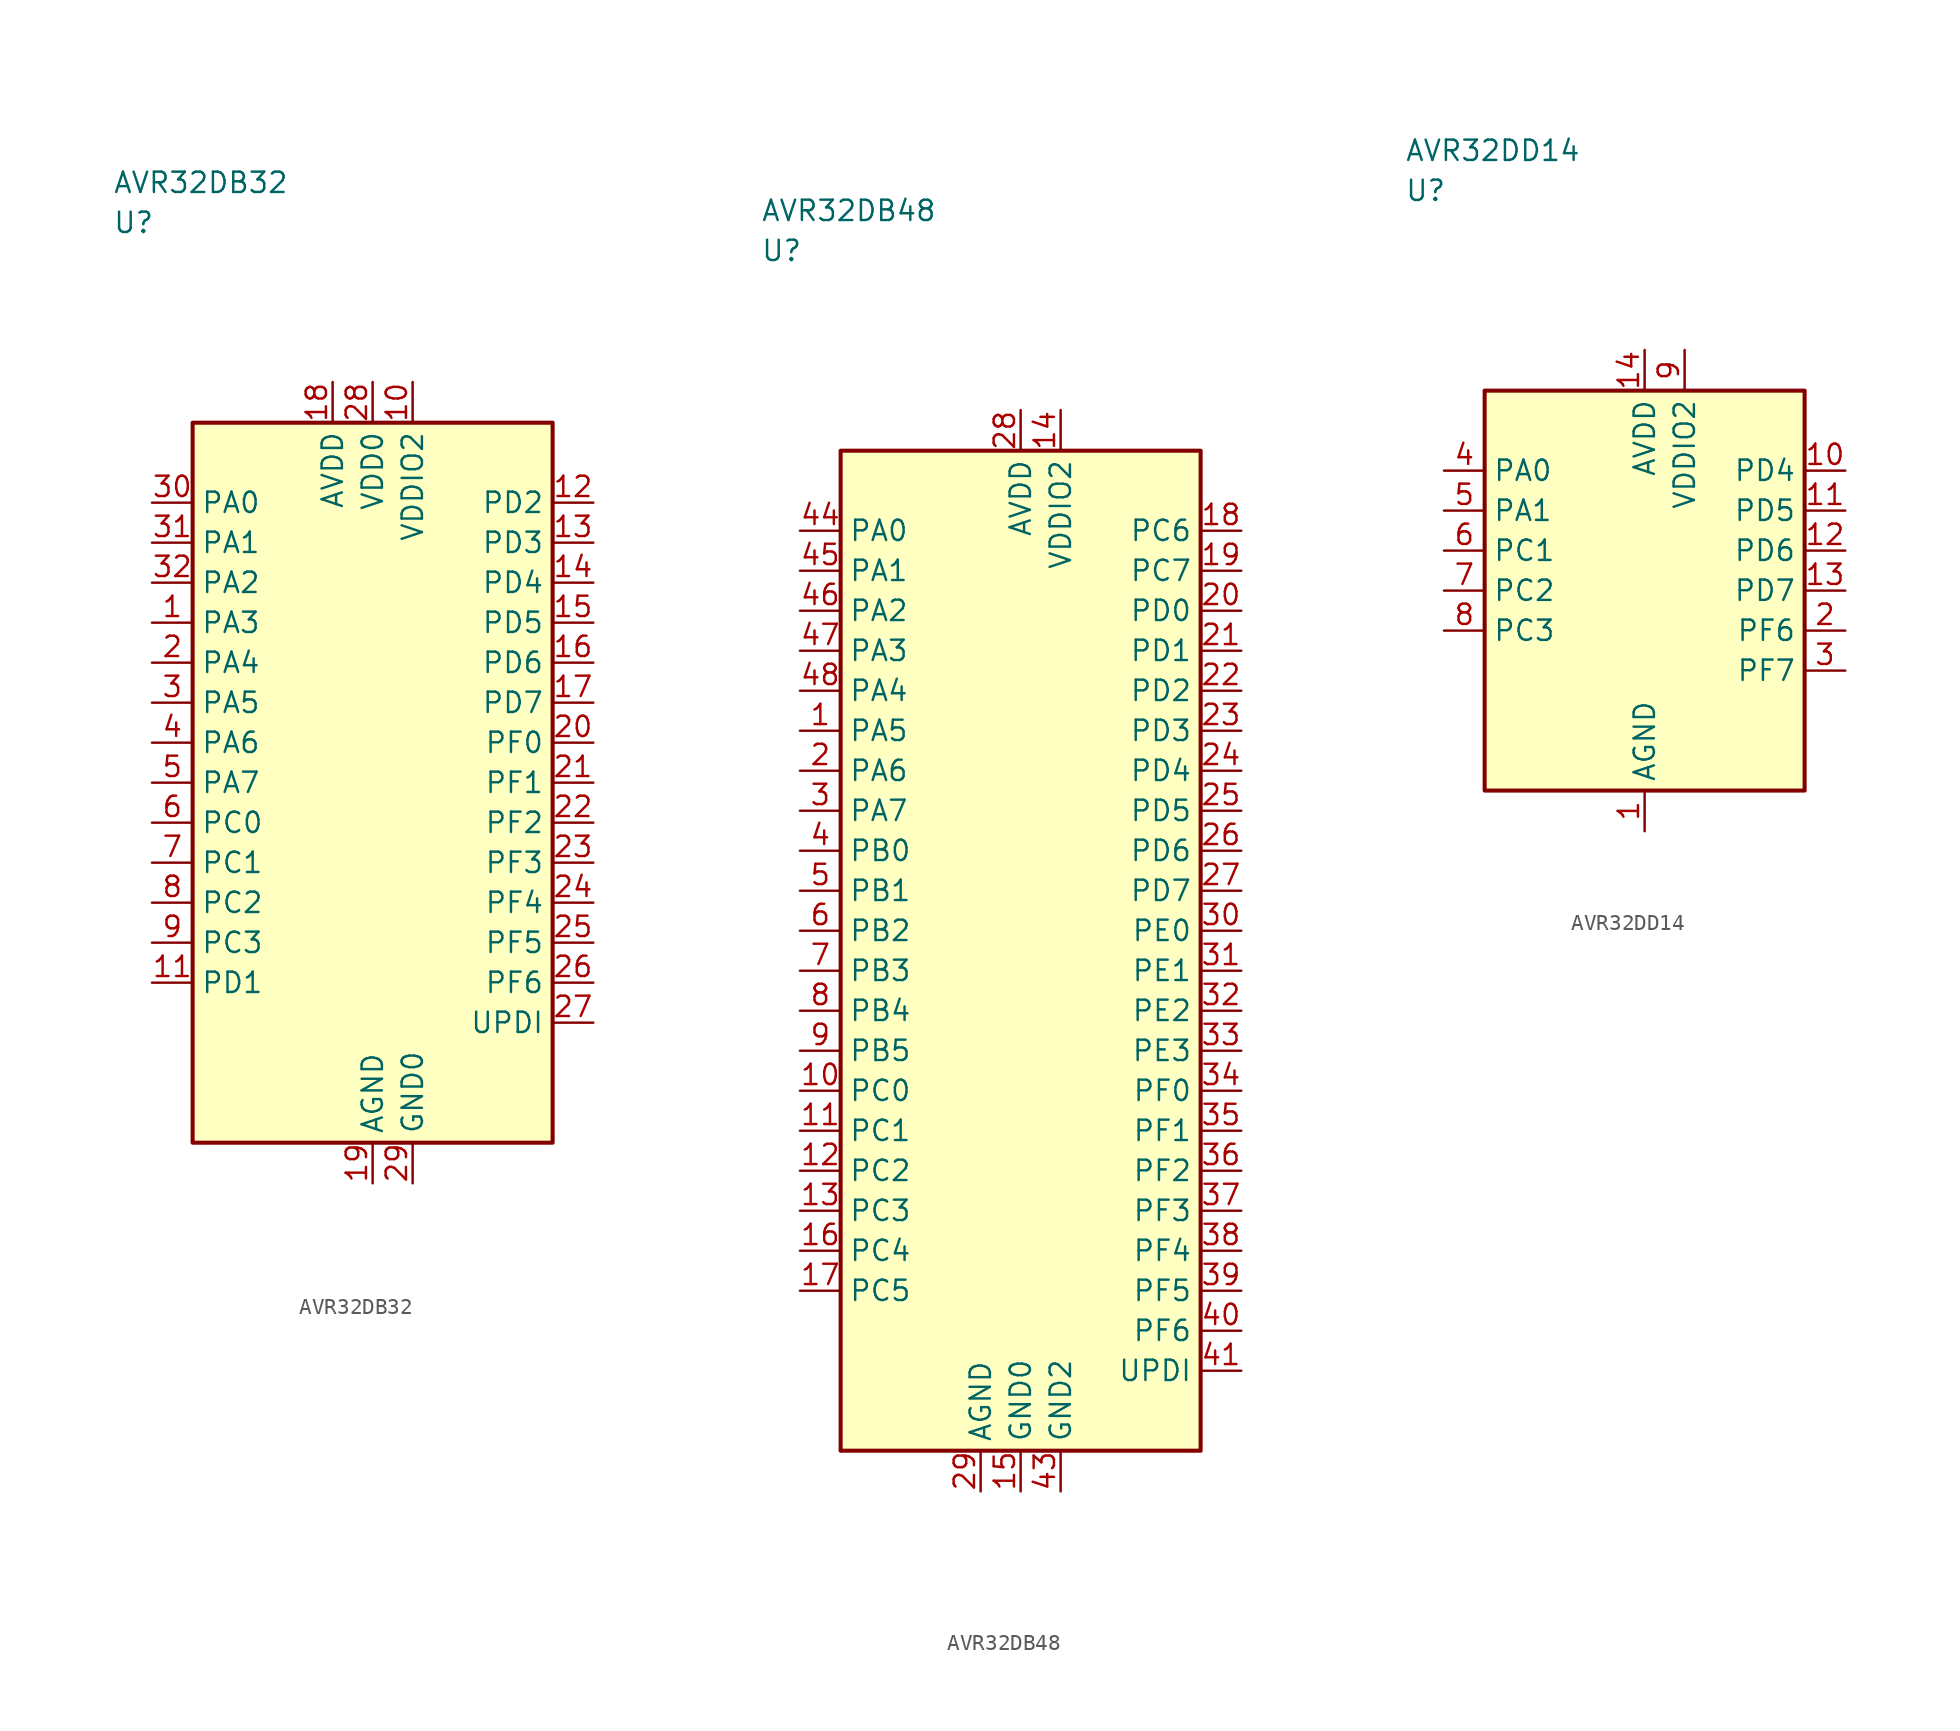
<source format=kicad_sym>
(kicad_symbol_lib
  (version 20241025)
  (generator "kicad_symbol_editor")
  (generator_version "8.0")
  (symbol "AVR32DB32"
    (property "Reference" "U"
      (at -16.25 35.0 0)
      (effects (font (size 1.27 1.27)) (justify left)))
    (property "Value" "AVR32DB32"
      (at -16.25 37.5 0)
      (effects (font (size 1.27 1.27)) (justify left)))
    (symbol "AVR32DB32_0_1"
      (rectangle (start -11.25 22.5) (end 11.25 -22.5) (stroke (width 0.254) (type default)) (fill (type background))))
    (symbol "AVR32DB32_1_1"
      (pin bidirectional line (at -13.79 10.0 0.0) (length 2.54) (name "PA3" (effects (font (size 1.27 1.27)))) (number "1" (effects (font (size 1.27 1.27)))))
      (pin bidirectional line (at -13.79 7.5 0.0) (length 2.54) (name "PA4" (effects (font (size 1.27 1.27)))) (number "2" (effects (font (size 1.27 1.27)))))
      (pin bidirectional line (at -13.79 5.0 0.0) (length 2.54) (name "PA5" (effects (font (size 1.27 1.27)))) (number "3" (effects (font (size 1.27 1.27)))))
      (pin bidirectional line (at -13.79 2.5 0.0) (length 2.54) (name "PA6" (effects (font (size 1.27 1.27)))) (number "4" (effects (font (size 1.27 1.27)))))
      (pin bidirectional line (at -13.79 0.0 0.0) (length 2.54) (name "PA7" (effects (font (size 1.27 1.27)))) (number "5" (effects (font (size 1.27 1.27)))))
      (pin bidirectional line (at -13.79 -2.5 0.0) (length 2.54) (name "PC0" (effects (font (size 1.27 1.27)))) (number "6" (effects (font (size 1.27 1.27)))))
      (pin bidirectional line (at -13.79 -5.0 0.0) (length 2.54) (name "PC1" (effects (font (size 1.27 1.27)))) (number "7" (effects (font (size 1.27 1.27)))))
      (pin bidirectional line (at -13.79 -7.5 0.0) (length 2.54) (name "PC2" (effects (font (size 1.27 1.27)))) (number "8" (effects (font (size 1.27 1.27)))))
      (pin bidirectional line (at -13.79 -10.0 0.0) (length 2.54) (name "PC3" (effects (font (size 1.27 1.27)))) (number "9" (effects (font (size 1.27 1.27)))))
      (pin power_in line (at 2.5 25.04 270.0) (length 2.54) (name "VDDIO2" (effects (font (size 1.27 1.27)))) (number "10" (effects (font (size 1.27 1.27)))))
      (pin bidirectional line (at -13.79 -12.5 0.0) (length 2.54) (name "PD1" (effects (font (size 1.27 1.27)))) (number "11" (effects (font (size 1.27 1.27)))))
      (pin bidirectional line (at 13.79 17.5 180.0) (length 2.54) (name "PD2" (effects (font (size 1.27 1.27)))) (number "12" (effects (font (size 1.27 1.27)))))
      (pin bidirectional line (at 13.79 15.0 180.0) (length 2.54) (name "PD3" (effects (font (size 1.27 1.27)))) (number "13" (effects (font (size 1.27 1.27)))))
      (pin bidirectional line (at 13.79 12.5 180.0) (length 2.54) (name "PD4" (effects (font (size 1.27 1.27)))) (number "14" (effects (font (size 1.27 1.27)))))
      (pin bidirectional line (at 13.79 10.0 180.0) (length 2.54) (name "PD5" (effects (font (size 1.27 1.27)))) (number "15" (effects (font (size 1.27 1.27)))))
      (pin bidirectional line (at 13.79 7.5 180.0) (length 2.54) (name "PD6" (effects (font (size 1.27 1.27)))) (number "16" (effects (font (size 1.27 1.27)))))
      (pin bidirectional line (at 13.79 5.0 180.0) (length 2.54) (name "PD7" (effects (font (size 1.27 1.27)))) (number "17" (effects (font (size 1.27 1.27)))))
      (pin power_in line (at -2.5 25.04 270.0) (length 2.54) (name "AVDD" (effects (font (size 1.27 1.27)))) (number "18" (effects (font (size 1.27 1.27)))))
      (pin passive line (at 0.0 -25.04 90.0) (length 2.54) (name "AGND" (effects (font (size 1.27 1.27)))) (number "19" (effects (font (size 1.27 1.27)))))
      (pin bidirectional line (at 13.79 2.5 180.0) (length 2.54) (name "PF0" (effects (font (size 1.27 1.27)))) (number "20" (effects (font (size 1.27 1.27)))))
      (pin bidirectional line (at 13.79 0.0 180.0) (length 2.54) (name "PF1" (effects (font (size 1.27 1.27)))) (number "21" (effects (font (size 1.27 1.27)))))
      (pin bidirectional line (at 13.79 -2.5 180.0) (length 2.54) (name "PF2" (effects (font (size 1.27 1.27)))) (number "22" (effects (font (size 1.27 1.27)))))
      (pin bidirectional line (at 13.79 -5.0 180.0) (length 2.54) (name "PF3" (effects (font (size 1.27 1.27)))) (number "23" (effects (font (size 1.27 1.27)))))
      (pin bidirectional line (at 13.79 -7.5 180.0) (length 2.54) (name "PF4" (effects (font (size 1.27 1.27)))) (number "24" (effects (font (size 1.27 1.27)))))
      (pin bidirectional line (at 13.79 -10.0 180.0) (length 2.54) (name "PF5" (effects (font (size 1.27 1.27)))) (number "25" (effects (font (size 1.27 1.27)))))
      (pin bidirectional line (at 13.79 -12.5 180.0) (length 2.54) (name "PF6" (effects (font (size 1.27 1.27)))) (number "26" (effects (font (size 1.27 1.27)))))
      (pin bidirectional line (at 13.79 -15.0 180.0) (length 2.54) (name "UPDI" (effects (font (size 1.27 1.27)))) (number "27" (effects (font (size 1.27 1.27)))))
      (pin power_in line (at 0.0 25.04 270.0) (length 2.54) (name "VDD0" (effects (font (size 1.27 1.27)))) (number "28" (effects (font (size 1.27 1.27)))))
      (pin passive line (at 2.5 -25.04 90.0) (length 2.54) (name "GND0" (effects (font (size 1.27 1.27)))) (number "29" (effects (font (size 1.27 1.27)))))
      (pin bidirectional line (at -13.79 17.5 0.0) (length 2.54) (name "PA0" (effects (font (size 1.27 1.27)))) (number "30" (effects (font (size 1.27 1.27)))))
      (pin bidirectional line (at -13.79 15.0 0.0) (length 2.54) (name "PA1" (effects (font (size 1.27 1.27)))) (number "31" (effects (font (size 1.27 1.27)))))
      (pin bidirectional line (at -13.79 12.5 0.0) (length 2.54) (name "PA2" (effects (font (size 1.27 1.27)))) (number "32" (effects (font (size 1.27 1.27)))))))
  (symbol "AVR32DB48"
    (property "Reference" "U"
      (at -16.25 43.75 0)
      (effects (font (size 1.27 1.27)) (justify left)))
    (property "Value" "AVR32DB48"
      (at -16.25 46.25 0)
      (effects (font (size 1.27 1.27)) (justify left)))
    (symbol "AVR32DB48_0_1"
      (rectangle (start -11.25 31.25) (end 11.25 -31.25) (stroke (width 0.254) (type default)) (fill (type background))))
    (symbol "AVR32DB48_1_1"
      (pin bidirectional line (at -13.79 13.75 0.0) (length 2.54) (name "PA5" (effects (font (size 1.27 1.27)))) (number "1" (effects (font (size 1.27 1.27)))))
      (pin bidirectional line (at -13.79 11.25 0.0) (length 2.54) (name "PA6" (effects (font (size 1.27 1.27)))) (number "2" (effects (font (size 1.27 1.27)))))
      (pin bidirectional line (at -13.79 8.75 0.0) (length 2.54) (name "PA7" (effects (font (size 1.27 1.27)))) (number "3" (effects (font (size 1.27 1.27)))))
      (pin bidirectional line (at -13.79 6.25 0.0) (length 2.54) (name "PB0" (effects (font (size 1.27 1.27)))) (number "4" (effects (font (size 1.27 1.27)))))
      (pin bidirectional line (at -13.79 3.75 0.0) (length 2.54) (name "PB1" (effects (font (size 1.27 1.27)))) (number "5" (effects (font (size 1.27 1.27)))))
      (pin bidirectional line (at -13.79 1.25 0.0) (length 2.54) (name "PB2" (effects (font (size 1.27 1.27)))) (number "6" (effects (font (size 1.27 1.27)))))
      (pin bidirectional line (at -13.79 -1.25 0.0) (length 2.54) (name "PB3" (effects (font (size 1.27 1.27)))) (number "7" (effects (font (size 1.27 1.27)))))
      (pin bidirectional line (at -13.79 -3.75 0.0) (length 2.54) (name "PB4" (effects (font (size 1.27 1.27)))) (number "8" (effects (font (size 1.27 1.27)))))
      (pin bidirectional line (at -13.79 -6.25 0.0) (length 2.54) (name "PB5" (effects (font (size 1.27 1.27)))) (number "9" (effects (font (size 1.27 1.27)))))
      (pin bidirectional line (at -13.79 -8.75 0.0) (length 2.54) (name "PC0" (effects (font (size 1.27 1.27)))) (number "10" (effects (font (size 1.27 1.27)))))
      (pin bidirectional line (at -13.79 -11.25 0.0) (length 2.54) (name "PC1" (effects (font (size 1.27 1.27)))) (number "11" (effects (font (size 1.27 1.27)))))
      (pin bidirectional line (at -13.79 -13.75 0.0) (length 2.54) (name "PC2" (effects (font (size 1.27 1.27)))) (number "12" (effects (font (size 1.27 1.27)))))
      (pin bidirectional line (at -13.79 -16.25 0.0) (length 2.54) (name "PC3" (effects (font (size 1.27 1.27)))) (number "13" (effects (font (size 1.27 1.27)))))
      (pin power_in line (at 2.5 33.79 270.0) (length 2.54) (name "VDDIO2" (effects (font (size 1.27 1.27)))) (number "14" (effects (font (size 1.27 1.27)))))
      (pin passive line (at 0.0 -33.79 90.0) (length 2.54) (name "GND0" (effects (font (size 1.27 1.27)))) (number "15" (effects (font (size 1.27 1.27)))))
      (pin bidirectional line (at -13.79 -18.75 0.0) (length 2.54) (name "PC4" (effects (font (size 1.27 1.27)))) (number "16" (effects (font (size 1.27 1.27)))))
      (pin bidirectional line (at -13.79 -21.25 0.0) (length 2.54) (name "PC5" (effects (font (size 1.27 1.27)))) (number "17" (effects (font (size 1.27 1.27)))))
      (pin bidirectional line (at 13.79 26.25 180.0) (length 2.54) (name "PC6" (effects (font (size 1.27 1.27)))) (number "18" (effects (font (size 1.27 1.27)))))
      (pin bidirectional line (at 13.79 23.75 180.0) (length 2.54) (name "PC7" (effects (font (size 1.27 1.27)))) (number "19" (effects (font (size 1.27 1.27)))))
      (pin bidirectional line (at 13.79 21.25 180.0) (length 2.54) (name "PD0" (effects (font (size 1.27 1.27)))) (number "20" (effects (font (size 1.27 1.27)))))
      (pin bidirectional line (at 13.79 18.75 180.0) (length 2.54) (name "PD1" (effects (font (size 1.27 1.27)))) (number "21" (effects (font (size 1.27 1.27)))))
      (pin bidirectional line (at 13.79 16.25 180.0) (length 2.54) (name "PD2" (effects (font (size 1.27 1.27)))) (number "22" (effects (font (size 1.27 1.27)))))
      (pin bidirectional line (at 13.79 13.75 180.0) (length 2.54) (name "PD3" (effects (font (size 1.27 1.27)))) (number "23" (effects (font (size 1.27 1.27)))))
      (pin bidirectional line (at 13.79 11.25 180.0) (length 2.54) (name "PD4" (effects (font (size 1.27 1.27)))) (number "24" (effects (font (size 1.27 1.27)))))
      (pin bidirectional line (at 13.79 8.75 180.0) (length 2.54) (name "PD5" (effects (font (size 1.27 1.27)))) (number "25" (effects (font (size 1.27 1.27)))))
      (pin bidirectional line (at 13.79 6.25 180.0) (length 2.54) (name "PD6" (effects (font (size 1.27 1.27)))) (number "26" (effects (font (size 1.27 1.27)))))
      (pin bidirectional line (at 13.79 3.75 180.0) (length 2.54) (name "PD7" (effects (font (size 1.27 1.27)))) (number "27" (effects (font (size 1.27 1.27)))))
      (pin power_in line (at 0.0 33.79 270.0) (length 2.54) (name "AVDD" (effects (font (size 1.27 1.27)))) (number "28" (effects (font (size 1.27 1.27)))))
      (pin passive line (at -2.5 -33.79 90.0) (length 2.54) (name "AGND" (effects (font (size 1.27 1.27)))) (number "29" (effects (font (size 1.27 1.27)))))
      (pin bidirectional line (at 13.79 1.25 180.0) (length 2.54) (name "PE0" (effects (font (size 1.27 1.27)))) (number "30" (effects (font (size 1.27 1.27)))))
      (pin bidirectional line (at 13.79 -1.25 180.0) (length 2.54) (name "PE1" (effects (font (size 1.27 1.27)))) (number "31" (effects (font (size 1.27 1.27)))))
      (pin bidirectional line (at 13.79 -3.75 180.0) (length 2.54) (name "PE2" (effects (font (size 1.27 1.27)))) (number "32" (effects (font (size 1.27 1.27)))))
      (pin bidirectional line (at 13.79 -6.25 180.0) (length 2.54) (name "PE3" (effects (font (size 1.27 1.27)))) (number "33" (effects (font (size 1.27 1.27)))))
      (pin bidirectional line (at 13.79 -8.75 180.0) (length 2.54) (name "PF0" (effects (font (size 1.27 1.27)))) (number "34" (effects (font (size 1.27 1.27)))))
      (pin bidirectional line (at 13.79 -11.25 180.0) (length 2.54) (name "PF1" (effects (font (size 1.27 1.27)))) (number "35" (effects (font (size 1.27 1.27)))))
      (pin bidirectional line (at 13.79 -13.75 180.0) (length 2.54) (name "PF2" (effects (font (size 1.27 1.27)))) (number "36" (effects (font (size 1.27 1.27)))))
      (pin bidirectional line (at 13.79 -16.25 180.0) (length 2.54) (name "PF3" (effects (font (size 1.27 1.27)))) (number "37" (effects (font (size 1.27 1.27)))))
      (pin bidirectional line (at 13.79 -18.75 180.0) (length 2.54) (name "PF4" (effects (font (size 1.27 1.27)))) (number "38" (effects (font (size 1.27 1.27)))))
      (pin bidirectional line (at 13.79 -21.25 180.0) (length 2.54) (name "PF5" (effects (font (size 1.27 1.27)))) (number "39" (effects (font (size 1.27 1.27)))))
      (pin bidirectional line (at 13.79 -23.75 180.0) (length 2.54) (name "PF6" (effects (font (size 1.27 1.27)))) (number "40" (effects (font (size 1.27 1.27)))))
      (pin bidirectional line (at 13.79 -26.25 180.0) (length 2.54) (name "UPDI" (effects (font (size 1.27 1.27)))) (number "41" (effects (font (size 1.27 1.27)))))
      (pin passive line (at 2.5 -33.79 90.0) (length 2.54) (name "GND2" (effects (font (size 1.27 1.27)))) (number "43" (effects (font (size 1.27 1.27)))))
      (pin bidirectional line (at -13.79 26.25 0.0) (length 2.54) (name "PA0" (effects (font (size 1.27 1.27)))) (number "44" (effects (font (size 1.27 1.27)))))
      (pin bidirectional line (at -13.79 23.75 0.0) (length 2.54) (name "PA1" (effects (font (size 1.27 1.27)))) (number "45" (effects (font (size 1.27 1.27)))))
      (pin bidirectional line (at -13.79 21.25 0.0) (length 2.54) (name "PA2" (effects (font (size 1.27 1.27)))) (number "46" (effects (font (size 1.27 1.27)))))
      (pin bidirectional line (at -13.79 18.75 0.0) (length 2.54) (name "PA3" (effects (font (size 1.27 1.27)))) (number "47" (effects (font (size 1.27 1.27)))))
      (pin bidirectional line (at -13.79 16.25 0.0) (length 2.54) (name "PA4" (effects (font (size 1.27 1.27)))) (number "48" (effects (font (size 1.27 1.27)))))))
  (symbol "AVR32DD14"
    (property "Reference" "U"
      (at -15.0 25.0 0)
      (effects (font (size 1.27 1.27)) (justify left)))
    (property "Value" "AVR32DD14"
      (at -15.0 27.5 0)
      (effects (font (size 1.27 1.27)) (justify left)))
    (symbol "AVR32DD14_0_1"
      (rectangle (start -10.0 12.5) (end 10.0 -12.5) (stroke (width 0.254) (type default)) (fill (type background))))
    (symbol "AVR32DD14_1_1"
      (pin passive line (at 0.0 -15.04 90.0) (length 2.54) (name "AGND" (effects (font (size 1.27 1.27)))) (number "1" (effects (font (size 1.27 1.27)))))
      (pin bidirectional line (at 12.54 -2.5 180.0) (length 2.54) (name "PF6" (effects (font (size 1.27 1.27)))) (number "2" (effects (font (size 1.27 1.27)))))
      (pin bidirectional line (at 12.54 -5.0 180.0) (length 2.54) (name "PF7" (effects (font (size 1.27 1.27)))) (number "3" (effects (font (size 1.27 1.27)))))
      (pin bidirectional line (at -12.54 7.5 0.0) (length 2.54) (name "PA0" (effects (font (size 1.27 1.27)))) (number "4" (effects (font (size 1.27 1.27)))))
      (pin bidirectional line (at -12.54 5.0 0.0) (length 2.54) (name "PA1" (effects (font (size 1.27 1.27)))) (number "5" (effects (font (size 1.27 1.27)))))
      (pin bidirectional line (at -12.54 2.5 0.0) (length 2.54) (name "PC1" (effects (font (size 1.27 1.27)))) (number "6" (effects (font (size 1.27 1.27)))))
      (pin bidirectional line (at -12.54 0.0 0.0) (length 2.54) (name "PC2" (effects (font (size 1.27 1.27)))) (number "7" (effects (font (size 1.27 1.27)))))
      (pin bidirectional line (at -12.54 -2.5 0.0) (length 2.54) (name "PC3" (effects (font (size 1.27 1.27)))) (number "8" (effects (font (size 1.27 1.27)))))
      (pin power_in line (at 2.5 15.04 270.0) (length 2.54) (name "VDDIO2" (effects (font (size 1.27 1.27)))) (number "9" (effects (font (size 1.27 1.27)))))
      (pin bidirectional line (at 12.54 7.5 180.0) (length 2.54) (name "PD4" (effects (font (size 1.27 1.27)))) (number "10" (effects (font (size 1.27 1.27)))))
      (pin bidirectional line (at 12.54 5.0 180.0) (length 2.54) (name "PD5" (effects (font (size 1.27 1.27)))) (number "11" (effects (font (size 1.27 1.27)))))
      (pin bidirectional line (at 12.54 2.5 180.0) (length 2.54) (name "PD6" (effects (font (size 1.27 1.27)))) (number "12" (effects (font (size 1.27 1.27)))))
      (pin bidirectional line (at 12.54 0.0 180.0) (length 2.54) (name "PD7" (effects (font (size 1.27 1.27)))) (number "13" (effects (font (size 1.27 1.27)))))
      (pin power_in line (at 0.0 15.04 270.0) (length 2.54) (name "AVDD" (effects (font (size 1.27 1.27)))) (number "14" (effects (font (size 1.27 1.27))))))))
</source>
